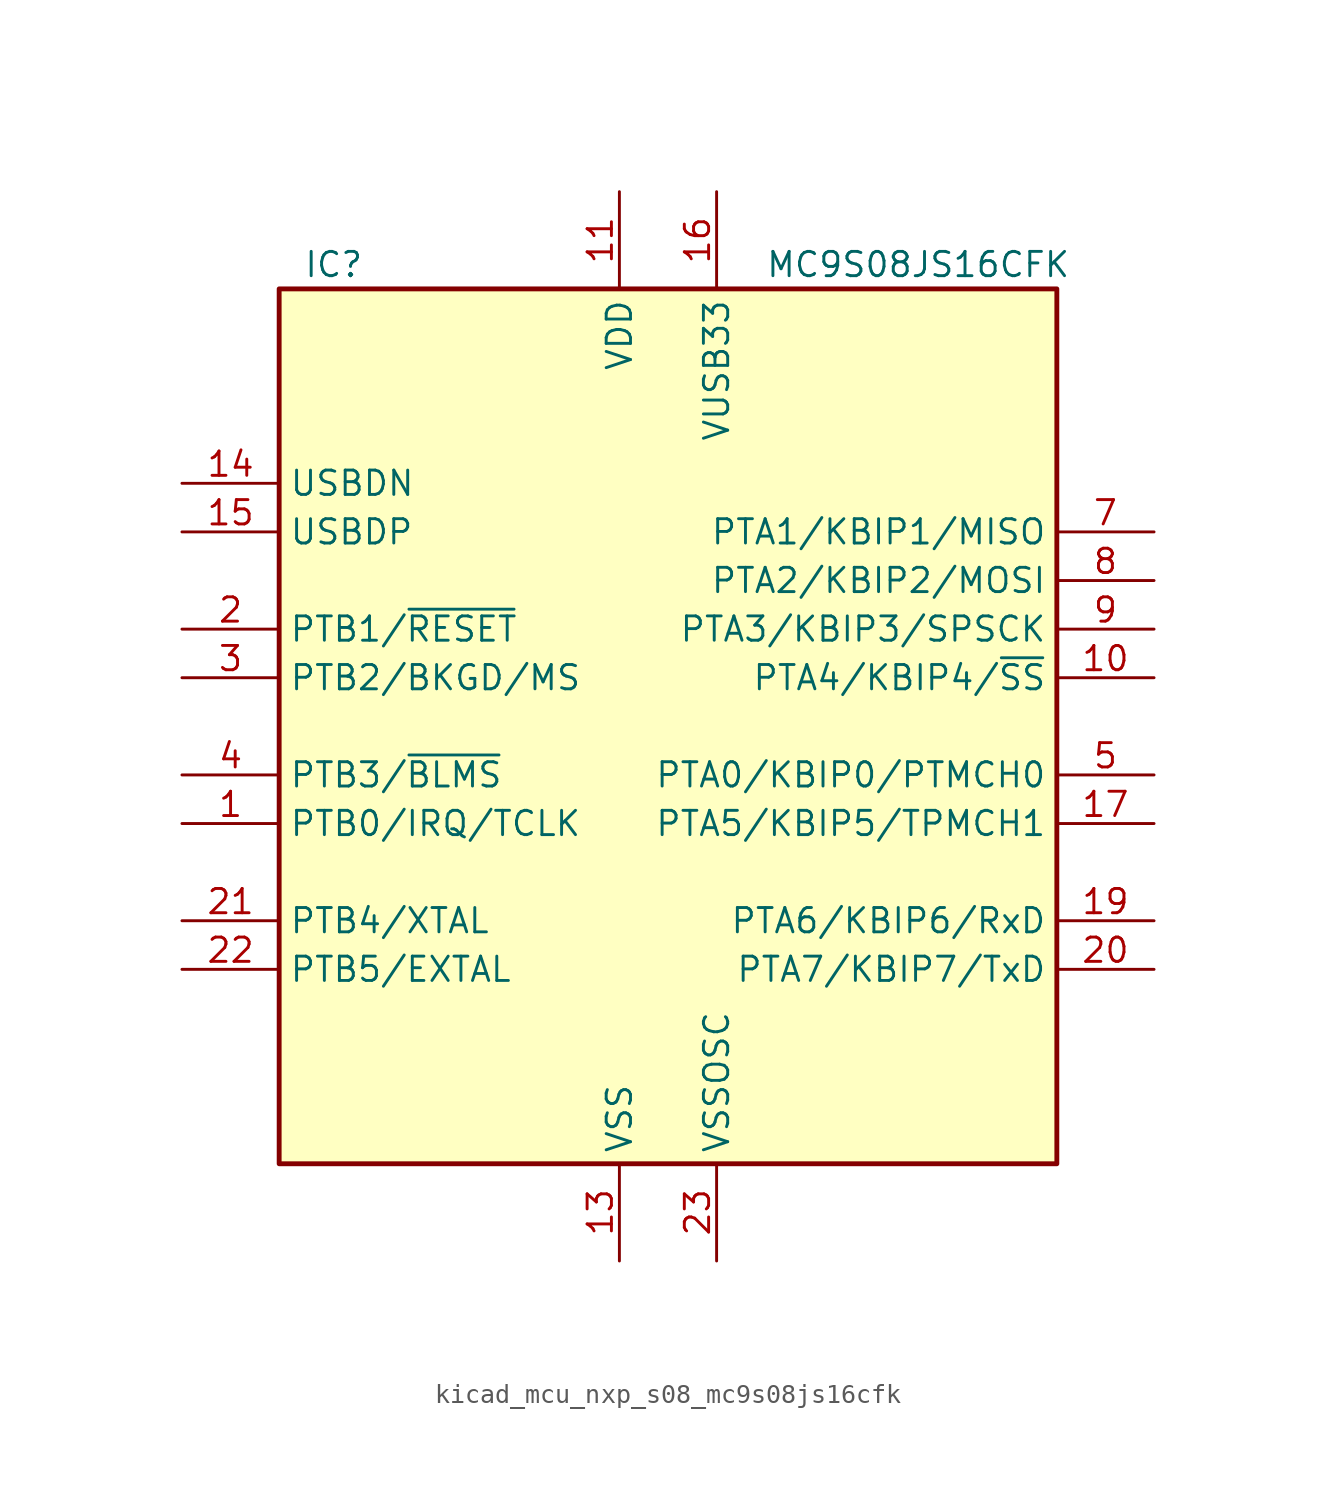
<source format=kicad_sym>
(kicad_symbol_lib
  (version 20220914)
  (generator kicad_symbol_editor)
  (symbol "kicad_mcu_nxp_s08_mc9s08js16cfk"
    (property "Reference" "IC"
      (at -19.05 24.13 0)
      (effects (font (size 1.27 1.27)) (justify left)))
    (property "Value" "MC9S08JS16CFK"
      (at 5.08 24.13 0)
      (effects (font (size 1.27 1.27)) (justify left)))
    (symbol "kicad_mcu_nxp_s08_mc9s08js16cfk_0_1"
      (rectangle (start -20.32 22.86) (end 20.32 -22.86) (stroke (width 0.254) (type default)) (fill (type background))))
    (symbol "kicad_mcu_nxp_s08_mc9s08js16cfk_1_1"
      (pin bidirectional line (at -25.4 -5.08 0) (length 5.08) (name "PTB0/IRQ/TCLK" (effects (font (size 1.27 1.27)))) (number "1" (effects (font (size 1.27 1.27)))))
      (pin bidirectional line (at 25.4 2.54 180) (length 5.08) (name "PTA4/KBIP4/~{SS}" (effects (font (size 1.27 1.27)))) (number "10" (effects (font (size 1.27 1.27)))))
      (pin power_in line (at -2.54 27.94 270) (length 5.08) (name "VDD" (effects (font (size 1.27 1.27)))) (number "11" (effects (font (size 1.27 1.27)))))
      (pin power_in line (at -2.54 -27.94 90) (length 5.08) (name "VSS" (effects (font (size 1.27 1.27)))) (number "13" (effects (font (size 1.27 1.27)))))
      (pin bidirectional line (at -25.4 12.7 0) (length 5.08) (name "USBDN" (effects (font (size 1.27 1.27)))) (number "14" (effects (font (size 1.27 1.27)))))
      (pin bidirectional line (at -25.4 10.16 0) (length 5.08) (name "USBDP" (effects (font (size 1.27 1.27)))) (number "15" (effects (font (size 1.27 1.27)))))
      (pin power_out line (at 2.54 27.94 270) (length 5.08) (name "VUSB33" (effects (font (size 1.27 1.27)))) (number "16" (effects (font (size 1.27 1.27)))))
      (pin bidirectional line (at 25.4 -5.08 180) (length 5.08) (name "PTA5/KBIP5/TPMCH1" (effects (font (size 1.27 1.27)))) (number "17" (effects (font (size 1.27 1.27)))))
      (pin bidirectional line (at 25.4 -10.16 180) (length 5.08) (name "PTA6/KBIP6/RxD" (effects (font (size 1.27 1.27)))) (number "19" (effects (font (size 1.27 1.27)))))
      (pin bidirectional line (at -25.4 5.08 0) (length 5.08) (name "PTB1/~{RESET}" (effects (font (size 1.27 1.27)))) (number "2" (effects (font (size 1.27 1.27)))))
      (pin bidirectional line (at 25.4 -12.7 180) (length 5.08) (name "PTA7/KBIP7/TxD" (effects (font (size 1.27 1.27)))) (number "20" (effects (font (size 1.27 1.27)))))
      (pin bidirectional line (at -25.4 -10.16 0) (length 5.08) (name "PTB4/XTAL" (effects (font (size 1.27 1.27)))) (number "21" (effects (font (size 1.27 1.27)))))
      (pin bidirectional line (at -25.4 -12.7 0) (length 5.08) (name "PTB5/EXTAL" (effects (font (size 1.27 1.27)))) (number "22" (effects (font (size 1.27 1.27)))))
      (pin power_in line (at 2.54 -27.94 90) (length 5.08) (name "VSSOSC" (effects (font (size 1.27 1.27)))) (number "23" (effects (font (size 1.27 1.27)))))
      (pin bidirectional line (at -25.4 2.54 0) (length 5.08) (name "PTB2/BKGD/MS" (effects (font (size 1.27 1.27)))) (number "3" (effects (font (size 1.27 1.27)))))
      (pin bidirectional line (at -25.4 -2.54 0) (length 5.08) (name "PTB3/~{BLMS}" (effects (font (size 1.27 1.27)))) (number "4" (effects (font (size 1.27 1.27)))))
      (pin bidirectional line (at 25.4 -2.54 180) (length 5.08) (name "PTA0/KBIP0/PTMCH0" (effects (font (size 1.27 1.27)))) (number "5" (effects (font (size 1.27 1.27)))))
      (pin bidirectional line (at 25.4 10.16 180) (length 5.08) (name "PTA1/KBIP1/MISO" (effects (font (size 1.27 1.27)))) (number "7" (effects (font (size 1.27 1.27)))))
      (pin bidirectional line (at 25.4 7.62 180) (length 5.08) (name "PTA2/KBIP2/MOSI" (effects (font (size 1.27 1.27)))) (number "8" (effects (font (size 1.27 1.27)))))
      (pin bidirectional line (at 25.4 5.08 180) (length 5.08) (name "PTA3/KBIP3/SPSCK" (effects (font (size 1.27 1.27)))) (number "9" (effects (font (size 1.27 1.27))))))))
</source>
